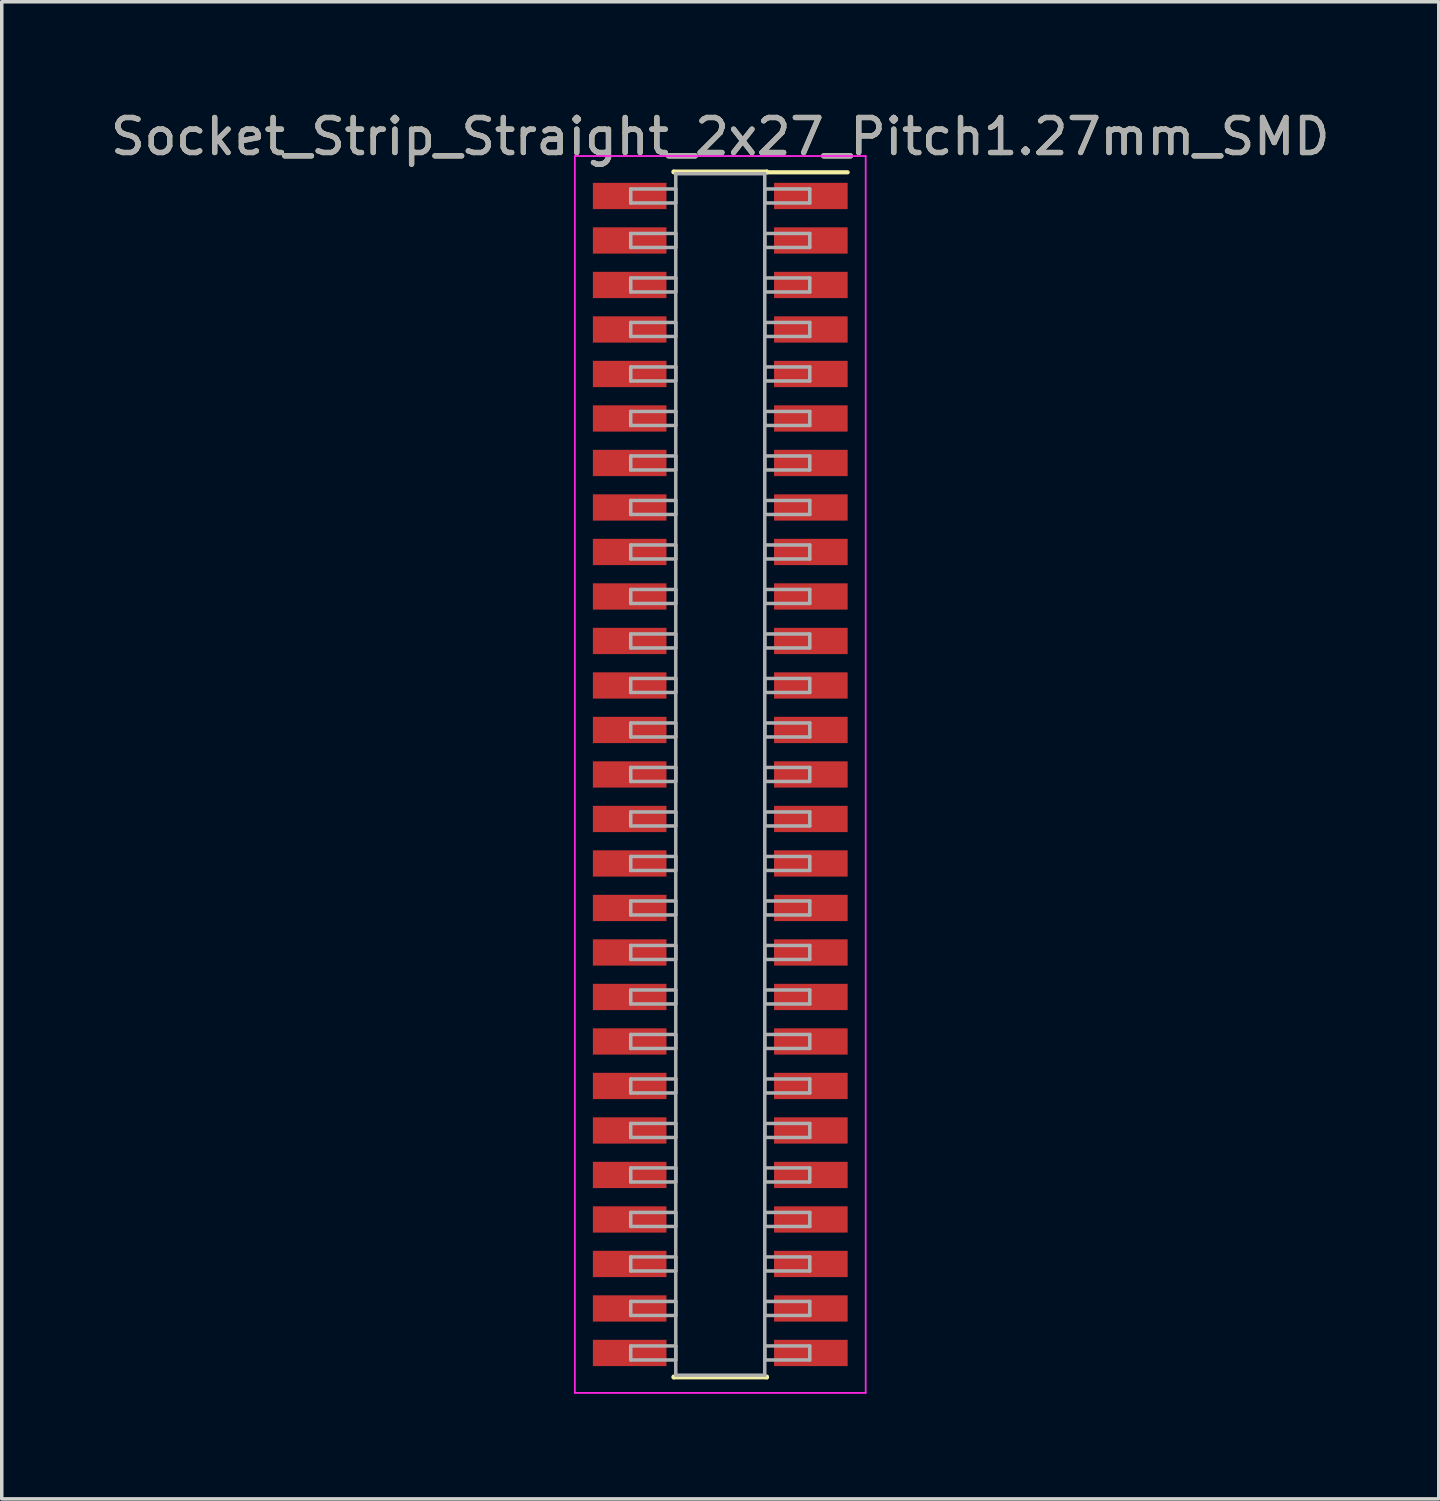
<source format=kicad_pcb>
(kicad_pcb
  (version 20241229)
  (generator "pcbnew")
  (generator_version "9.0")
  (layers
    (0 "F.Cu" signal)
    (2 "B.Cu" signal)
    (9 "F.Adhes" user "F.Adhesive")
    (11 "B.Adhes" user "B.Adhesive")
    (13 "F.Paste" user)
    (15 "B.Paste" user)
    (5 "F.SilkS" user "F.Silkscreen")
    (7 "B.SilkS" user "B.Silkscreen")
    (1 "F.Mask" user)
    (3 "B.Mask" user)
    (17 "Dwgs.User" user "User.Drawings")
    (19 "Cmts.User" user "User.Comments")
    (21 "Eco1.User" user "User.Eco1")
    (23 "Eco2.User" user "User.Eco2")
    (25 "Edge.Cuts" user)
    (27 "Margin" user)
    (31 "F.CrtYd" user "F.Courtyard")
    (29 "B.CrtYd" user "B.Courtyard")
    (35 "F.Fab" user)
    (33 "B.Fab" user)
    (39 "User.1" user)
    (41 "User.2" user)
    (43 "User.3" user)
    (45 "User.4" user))
  (footprint "Socket_Strip_Straight_2x27_Pitch1.27mm_SMD"
    (layer "F.Cu")
    (at 17.506 19.053)
    (property "Reference" "Socket_Strip_Straight_2x27_Pitch1.27mm_SMD" (at 0 -18.205 0) (layer "F.SilkS") (effects (font (size 1 1) (thickness 0.15))))
    (attr smd)
    (fp_line (start -1.33 -17.205) (end 1.33 -17.205) (stroke (width 0.12) (type solid)) (layer "F.SilkS"))
    (fp_line (start -1.33 -17.185) (end -1.33 -17.205) (stroke (width 0.12) (type solid)) (layer "F.SilkS"))
    (fp_line (start -1.33 17.185) (end -1.33 17.205) (stroke (width 0.12) (type solid)) (layer "F.SilkS"))
    (fp_line (start -1.33 17.205) (end 1.33 17.205) (stroke (width 0.12) (type solid)) (layer "F.SilkS"))
    (fp_line (start 1.33 -17.205) (end 1.33 -17.185) (stroke (width 0.12) (type solid)) (layer "F.SilkS"))
    (fp_line (start 1.33 17.205) (end 1.33 17.185) (stroke (width 0.12) (type solid)) (layer "F.SilkS"))
    (fp_line (start 3.635 -17.185) (end 1.33 -17.185) (stroke (width 0.12) (type solid)) (layer "F.SilkS"))
    (fp_line (start -4.15 -17.65) (end -4.15 17.65) (stroke (width 0.05) (type solid)) (layer "F.CrtYd"))
    (fp_line (start -4.15 17.65) (end 4.15 17.65) (stroke (width 0.05) (type solid)) (layer "F.CrtYd"))
    (fp_line (start 4.15 -17.65) (end -4.15 -17.65) (stroke (width 0.05) (type solid)) (layer "F.CrtYd"))
    (fp_line (start 4.15 17.65) (end 4.15 -17.65) (stroke (width 0.05) (type solid)) (layer "F.CrtYd"))
    (fp_line (start -2.555 -16.71) (end -1.27 -16.71) (stroke (width 0.1) (type solid)) (layer "F.Fab"))
    (fp_line (start -2.555 -16.31) (end -2.555 -16.71) (stroke (width 0.1) (type solid)) (layer "F.Fab"))
    (fp_line (start -2.555 -15.44) (end -1.27 -15.44) (stroke (width 0.1) (type solid)) (layer "F.Fab"))
    (fp_line (start -2.555 -15.04) (end -2.555 -15.44) (stroke (width 0.1) (type solid)) (layer "F.Fab"))
    (fp_line (start -2.555 -14.17) (end -1.27 -14.17) (stroke (width 0.1) (type solid)) (layer "F.Fab"))
    (fp_line (start -2.555 -13.77) (end -2.555 -14.17) (stroke (width 0.1) (type solid)) (layer "F.Fab"))
    (fp_line (start -2.555 -12.9) (end -1.27 -12.9) (stroke (width 0.1) (type solid)) (layer "F.Fab"))
    (fp_line (start -2.555 -12.5) (end -2.555 -12.9) (stroke (width 0.1) (type solid)) (layer "F.Fab"))
    (fp_line (start -2.555 -11.63) (end -1.27 -11.63) (stroke (width 0.1) (type solid)) (layer "F.Fab"))
    (fp_line (start -2.555 -11.23) (end -2.555 -11.63) (stroke (width 0.1) (type solid)) (layer "F.Fab"))
    (fp_line (start -2.555 -10.36) (end -1.27 -10.36) (stroke (width 0.1) (type solid)) (layer "F.Fab"))
    (fp_line (start -2.555 -9.96) (end -2.555 -10.36) (stroke (width 0.1) (type solid)) (layer "F.Fab"))
    (fp_line (start -2.555 -9.09) (end -1.27 -9.09) (stroke (width 0.1) (type solid)) (layer "F.Fab"))
    (fp_line (start -2.555 -8.69) (end -2.555 -9.09) (stroke (width 0.1) (type solid)) (layer "F.Fab"))
    (fp_line (start -2.555 -7.82) (end -1.27 -7.82) (stroke (width 0.1) (type solid)) (layer "F.Fab"))
    (fp_line (start -2.555 -7.42) (end -2.555 -7.82) (stroke (width 0.1) (type solid)) (layer "F.Fab"))
    (fp_line (start -2.555 -6.55) (end -1.27 -6.55) (stroke (width 0.1) (type solid)) (layer "F.Fab"))
    (fp_line (start -2.555 -6.15) (end -2.555 -6.55) (stroke (width 0.1) (type solid)) (layer "F.Fab"))
    (fp_line (start -2.555 -5.28) (end -1.27 -5.28) (stroke (width 0.1) (type solid)) (layer "F.Fab"))
    (fp_line (start -2.555 -4.88) (end -2.555 -5.28) (stroke (width 0.1) (type solid)) (layer "F.Fab"))
    (fp_line (start -2.555 -4.01) (end -1.27 -4.01) (stroke (width 0.1) (type solid)) (layer "F.Fab"))
    (fp_line (start -2.555 -3.61) (end -2.555 -4.01) (stroke (width 0.1) (type solid)) (layer "F.Fab"))
    (fp_line (start -2.555 -2.74) (end -1.27 -2.74) (stroke (width 0.1) (type solid)) (layer "F.Fab"))
    (fp_line (start -2.555 -2.34) (end -2.555 -2.74) (stroke (width 0.1) (type solid)) (layer "F.Fab"))
    (fp_line (start -2.555 -1.47) (end -1.27 -1.47) (stroke (width 0.1) (type solid)) (layer "F.Fab"))
    (fp_line (start -2.555 -1.07) (end -2.555 -1.47) (stroke (width 0.1) (type solid)) (layer "F.Fab"))
    (fp_line (start -2.555 -0.2) (end -1.27 -0.2) (stroke (width 0.1) (type solid)) (layer "F.Fab"))
    (fp_line (start -2.555 0.2) (end -2.555 -0.2) (stroke (width 0.1) (type solid)) (layer "F.Fab"))
    (fp_line (start -2.555 1.07) (end -1.27 1.07) (stroke (width 0.1) (type solid)) (layer "F.Fab"))
    (fp_line (start -2.555 1.47) (end -2.555 1.07) (stroke (width 0.1) (type solid)) (layer "F.Fab"))
    (fp_line (start -2.555 2.34) (end -1.27 2.34) (stroke (width 0.1) (type solid)) (layer "F.Fab"))
    (fp_line (start -2.555 2.74) (end -2.555 2.34) (stroke (width 0.1) (type solid)) (layer "F.Fab"))
    (fp_line (start -2.555 3.61) (end -1.27 3.61) (stroke (width 0.1) (type solid)) (layer "F.Fab"))
    (fp_line (start -2.555 4.01) (end -2.555 3.61) (stroke (width 0.1) (type solid)) (layer "F.Fab"))
    (fp_line (start -2.555 4.88) (end -1.27 4.88) (stroke (width 0.1) (type solid)) (layer "F.Fab"))
    (fp_line (start -2.555 5.28) (end -2.555 4.88) (stroke (width 0.1) (type solid)) (layer "F.Fab"))
    (fp_line (start -2.555 6.15) (end -1.27 6.15) (stroke (width 0.1) (type solid)) (layer "F.Fab"))
    (fp_line (start -2.555 6.55) (end -2.555 6.15) (stroke (width 0.1) (type solid)) (layer "F.Fab"))
    (fp_line (start -2.555 7.42) (end -1.27 7.42) (stroke (width 0.1) (type solid)) (layer "F.Fab"))
    (fp_line (start -2.555 7.82) (end -2.555 7.42) (stroke (width 0.1) (type solid)) (layer "F.Fab"))
    (fp_line (start -2.555 8.69) (end -1.27 8.69) (stroke (width 0.1) (type solid)) (layer "F.Fab"))
    (fp_line (start -2.555 9.09) (end -2.555 8.69) (stroke (width 0.1) (type solid)) (layer "F.Fab"))
    (fp_line (start -2.555 9.96) (end -1.27 9.96) (stroke (width 0.1) (type solid)) (layer "F.Fab"))
    (fp_line (start -2.555 10.36) (end -2.555 9.96) (stroke (width 0.1) (type solid)) (layer "F.Fab"))
    (fp_line (start -2.555 11.23) (end -1.27 11.23) (stroke (width 0.1) (type solid)) (layer "F.Fab"))
    (fp_line (start -2.555 11.63) (end -2.555 11.23) (stroke (width 0.1) (type solid)) (layer "F.Fab"))
    (fp_line (start -2.555 12.5) (end -1.27 12.5) (stroke (width 0.1) (type solid)) (layer "F.Fab"))
    (fp_line (start -2.555 12.9) (end -2.555 12.5) (stroke (width 0.1) (type solid)) (layer "F.Fab"))
    (fp_line (start -2.555 13.77) (end -1.27 13.77) (stroke (width 0.1) (type solid)) (layer "F.Fab"))
    (fp_line (start -2.555 14.17) (end -2.555 13.77) (stroke (width 0.1) (type solid)) (layer "F.Fab"))
    (fp_line (start -2.555 15.04) (end -1.27 15.04) (stroke (width 0.1) (type solid)) (layer "F.Fab"))
    (fp_line (start -2.555 15.44) (end -2.555 15.04) (stroke (width 0.1) (type solid)) (layer "F.Fab"))
    (fp_line (start -2.555 16.31) (end -1.27 16.31) (stroke (width 0.1) (type solid)) (layer "F.Fab"))
    (fp_line (start -2.555 16.71) (end -2.555 16.31) (stroke (width 0.1) (type solid)) (layer "F.Fab"))
    (fp_line (start -1.27 -17.145) (end -1.27 17.145) (stroke (width 0.1) (type solid)) (layer "F.Fab"))
    (fp_line (start -1.27 -16.71) (end -1.27 -16.31) (stroke (width 0.1) (type solid)) (layer "F.Fab"))
    (fp_line (start -1.27 -16.31) (end -2.555 -16.31) (stroke (width 0.1) (type solid)) (layer "F.Fab"))
    (fp_line (start -1.27 -15.44) (end -1.27 -15.04) (stroke (width 0.1) (type solid)) (layer "F.Fab"))
    (fp_line (start -1.27 -15.04) (end -2.555 -15.04) (stroke (width 0.1) (type solid)) (layer "F.Fab"))
    (fp_line (start -1.27 -14.17) (end -1.27 -13.77) (stroke (width 0.1) (type solid)) (layer "F.Fab"))
    (fp_line (start -1.27 -13.77) (end -2.555 -13.77) (stroke (width 0.1) (type solid)) (layer "F.Fab"))
    (fp_line (start -1.27 -12.9) (end -1.27 -12.5) (stroke (width 0.1) (type solid)) (layer "F.Fab"))
    (fp_line (start -1.27 -12.5) (end -2.555 -12.5) (stroke (width 0.1) (type solid)) (layer "F.Fab"))
    (fp_line (start -1.27 -11.63) (end -1.27 -11.23) (stroke (width 0.1) (type solid)) (layer "F.Fab"))
    (fp_line (start -1.27 -11.23) (end -2.555 -11.23) (stroke (width 0.1) (type solid)) (layer "F.Fab"))
    (fp_line (start -1.27 -10.36) (end -1.27 -9.96) (stroke (width 0.1) (type solid)) (layer "F.Fab"))
    (fp_line (start -1.27 -9.96) (end -2.555 -9.96) (stroke (width 0.1) (type solid)) (layer "F.Fab"))
    (fp_line (start -1.27 -9.09) (end -1.27 -8.69) (stroke (width 0.1) (type solid)) (layer "F.Fab"))
    (fp_line (start -1.27 -8.69) (end -2.555 -8.69) (stroke (width 0.1) (type solid)) (layer "F.Fab"))
    (fp_line (start -1.27 -7.82) (end -1.27 -7.42) (stroke (width 0.1) (type solid)) (layer "F.Fab"))
    (fp_line (start -1.27 -7.42) (end -2.555 -7.42) (stroke (width 0.1) (type solid)) (layer "F.Fab"))
    (fp_line (start -1.27 -6.55) (end -1.27 -6.15) (stroke (width 0.1) (type solid)) (layer "F.Fab"))
    (fp_line (start -1.27 -6.15) (end -2.555 -6.15) (stroke (width 0.1) (type solid)) (layer "F.Fab"))
    (fp_line (start -1.27 -5.28) (end -1.27 -4.88) (stroke (width 0.1) (type solid)) (layer "F.Fab"))
    (fp_line (start -1.27 -4.88) (end -2.555 -4.88) (stroke (width 0.1) (type solid)) (layer "F.Fab"))
    (fp_line (start -1.27 -4.01) (end -1.27 -3.61) (stroke (width 0.1) (type solid)) (layer "F.Fab"))
    (fp_line (start -1.27 -3.61) (end -2.555 -3.61) (stroke (width 0.1) (type solid)) (layer "F.Fab"))
    (fp_line (start -1.27 -2.74) (end -1.27 -2.34) (stroke (width 0.1) (type solid)) (layer "F.Fab"))
    (fp_line (start -1.27 -2.34) (end -2.555 -2.34) (stroke (width 0.1) (type solid)) (layer "F.Fab"))
    (fp_line (start -1.27 -1.47) (end -1.27 -1.07) (stroke (width 0.1) (type solid)) (layer "F.Fab"))
    (fp_line (start -1.27 -1.07) (end -2.555 -1.07) (stroke (width 0.1) (type solid)) (layer "F.Fab"))
    (fp_line (start -1.27 -0.2) (end -1.27 0.2) (stroke (width 0.1) (type solid)) (layer "F.Fab"))
    (fp_line (start -1.27 0.2) (end -2.555 0.2) (stroke (width 0.1) (type solid)) (layer "F.Fab"))
    (fp_line (start -1.27 1.07) (end -1.27 1.47) (stroke (width 0.1) (type solid)) (layer "F.Fab"))
    (fp_line (start -1.27 1.47) (end -2.555 1.47) (stroke (width 0.1) (type solid)) (layer "F.Fab"))
    (fp_line (start -1.27 2.34) (end -1.27 2.74) (stroke (width 0.1) (type solid)) (layer "F.Fab"))
    (fp_line (start -1.27 2.74) (end -2.555 2.74) (stroke (width 0.1) (type solid)) (layer "F.Fab"))
    (fp_line (start -1.27 3.61) (end -1.27 4.01) (stroke (width 0.1) (type solid)) (layer "F.Fab"))
    (fp_line (start -1.27 4.01) (end -2.555 4.01) (stroke (width 0.1) (type solid)) (layer "F.Fab"))
    (fp_line (start -1.27 4.88) (end -1.27 5.28) (stroke (width 0.1) (type solid)) (layer "F.Fab"))
    (fp_line (start -1.27 5.28) (end -2.555 5.28) (stroke (width 0.1) (type solid)) (layer "F.Fab"))
    (fp_line (start -1.27 6.15) (end -1.27 6.55) (stroke (width 0.1) (type solid)) (layer "F.Fab"))
    (fp_line (start -1.27 6.55) (end -2.555 6.55) (stroke (width 0.1) (type solid)) (layer "F.Fab"))
    (fp_line (start -1.27 7.42) (end -1.27 7.82) (stroke (width 0.1) (type solid)) (layer "F.Fab"))
    (fp_line (start -1.27 7.82) (end -2.555 7.82) (stroke (width 0.1) (type solid)) (layer "F.Fab"))
    (fp_line (start -1.27 8.69) (end -1.27 9.09) (stroke (width 0.1) (type solid)) (layer "F.Fab"))
    (fp_line (start -1.27 9.09) (end -2.555 9.09) (stroke (width 0.1) (type solid)) (layer "F.Fab"))
    (fp_line (start -1.27 9.96) (end -1.27 10.36) (stroke (width 0.1) (type solid)) (layer "F.Fab"))
    (fp_line (start -1.27 10.36) (end -2.555 10.36) (stroke (width 0.1) (type solid)) (layer "F.Fab"))
    (fp_line (start -1.27 11.23) (end -1.27 11.63) (stroke (width 0.1) (type solid)) (layer "F.Fab"))
    (fp_line (start -1.27 11.63) (end -2.555 11.63) (stroke (width 0.1) (type solid)) (layer "F.Fab"))
    (fp_line (start -1.27 12.5) (end -1.27 12.9) (stroke (width 0.1) (type solid)) (layer "F.Fab"))
    (fp_line (start -1.27 12.9) (end -2.555 12.9) (stroke (width 0.1) (type solid)) (layer "F.Fab"))
    (fp_line (start -1.27 13.77) (end -1.27 14.17) (stroke (width 0.1) (type solid)) (layer "F.Fab"))
    (fp_line (start -1.27 14.17) (end -2.555 14.17) (stroke (width 0.1) (type solid)) (layer "F.Fab"))
    (fp_line (start -1.27 15.04) (end -1.27 15.44) (stroke (width 0.1) (type solid)) (layer "F.Fab"))
    (fp_line (start -1.27 15.44) (end -2.555 15.44) (stroke (width 0.1) (type solid)) (layer "F.Fab"))
    (fp_line (start -1.27 16.31) (end -1.27 16.71) (stroke (width 0.1) (type solid)) (layer "F.Fab"))
    (fp_line (start -1.27 16.71) (end -2.555 16.71) (stroke (width 0.1) (type solid)) (layer "F.Fab"))
    (fp_line (start -1.27 17.145) (end 1.27 17.145) (stroke (width 0.1) (type solid)) (layer "F.Fab"))
    (fp_line (start 1.27 -17.145) (end -1.27 -17.145) (stroke (width 0.1) (type solid)) (layer "F.Fab"))
    (fp_line (start 1.27 -16.71) (end 1.27 -16.31) (stroke (width 0.1) (type solid)) (layer "F.Fab"))
    (fp_line (start 1.27 -16.31) (end 2.555 -16.31) (stroke (width 0.1) (type solid)) (layer "F.Fab"))
    (fp_line (start 1.27 -15.44) (end 1.27 -15.04) (stroke (width 0.1) (type solid)) (layer "F.Fab"))
    (fp_line (start 1.27 -15.04) (end 2.555 -15.04) (stroke (width 0.1) (type solid)) (layer "F.Fab"))
    (fp_line (start 1.27 -14.17) (end 1.27 -13.77) (stroke (width 0.1) (type solid)) (layer "F.Fab"))
    (fp_line (start 1.27 -13.77) (end 2.555 -13.77) (stroke (width 0.1) (type solid)) (layer "F.Fab"))
    (fp_line (start 1.27 -12.9) (end 1.27 -12.5) (stroke (width 0.1) (type solid)) (layer "F.Fab"))
    (fp_line (start 1.27 -12.5) (end 2.555 -12.5) (stroke (width 0.1) (type solid)) (layer "F.Fab"))
    (fp_line (start 1.27 -11.63) (end 1.27 -11.23) (stroke (width 0.1) (type solid)) (layer "F.Fab"))
    (fp_line (start 1.27 -11.23) (end 2.555 -11.23) (stroke (width 0.1) (type solid)) (layer "F.Fab"))
    (fp_line (start 1.27 -10.36) (end 1.27 -9.96) (stroke (width 0.1) (type solid)) (layer "F.Fab"))
    (fp_line (start 1.27 -9.96) (end 2.555 -9.96) (stroke (width 0.1) (type solid)) (layer "F.Fab"))
    (fp_line (start 1.27 -9.09) (end 1.27 -8.69) (stroke (width 0.1) (type solid)) (layer "F.Fab"))
    (fp_line (start 1.27 -8.69) (end 2.555 -8.69) (stroke (width 0.1) (type solid)) (layer "F.Fab"))
    (fp_line (start 1.27 -7.82) (end 1.27 -7.42) (stroke (width 0.1) (type solid)) (layer "F.Fab"))
    (fp_line (start 1.27 -7.42) (end 2.555 -7.42) (stroke (width 0.1) (type solid)) (layer "F.Fab"))
    (fp_line (start 1.27 -6.55) (end 1.27 -6.15) (stroke (width 0.1) (type solid)) (layer "F.Fab"))
    (fp_line (start 1.27 -6.15) (end 2.555 -6.15) (stroke (width 0.1) (type solid)) (layer "F.Fab"))
    (fp_line (start 1.27 -5.28) (end 1.27 -4.88) (stroke (width 0.1) (type solid)) (layer "F.Fab"))
    (fp_line (start 1.27 -4.88) (end 2.555 -4.88) (stroke (width 0.1) (type solid)) (layer "F.Fab"))
    (fp_line (start 1.27 -4.01) (end 1.27 -3.61) (stroke (width 0.1) (type solid)) (layer "F.Fab"))
    (fp_line (start 1.27 -3.61) (end 2.555 -3.61) (stroke (width 0.1) (type solid)) (layer "F.Fab"))
    (fp_line (start 1.27 -2.74) (end 1.27 -2.34) (stroke (width 0.1) (type solid)) (layer "F.Fab"))
    (fp_line (start 1.27 -2.34) (end 2.555 -2.34) (stroke (width 0.1) (type solid)) (layer "F.Fab"))
    (fp_line (start 1.27 -1.47) (end 1.27 -1.07) (stroke (width 0.1) (type solid)) (layer "F.Fab"))
    (fp_line (start 1.27 -1.07) (end 2.555 -1.07) (stroke (width 0.1) (type solid)) (layer "F.Fab"))
    (fp_line (start 1.27 -0.2) (end 1.27 0.2) (stroke (width 0.1) (type solid)) (layer "F.Fab"))
    (fp_line (start 1.27 0.2) (end 2.555 0.2) (stroke (width 0.1) (type solid)) (layer "F.Fab"))
    (fp_line (start 1.27 1.07) (end 1.27 1.47) (stroke (width 0.1) (type solid)) (layer "F.Fab"))
    (fp_line (start 1.27 1.47) (end 2.555 1.47) (stroke (width 0.1) (type solid)) (layer "F.Fab"))
    (fp_line (start 1.27 2.34) (end 1.27 2.74) (stroke (width 0.1) (type solid)) (layer "F.Fab"))
    (fp_line (start 1.27 2.74) (end 2.555 2.74) (stroke (width 0.1) (type solid)) (layer "F.Fab"))
    (fp_line (start 1.27 3.61) (end 1.27 4.01) (stroke (width 0.1) (type solid)) (layer "F.Fab"))
    (fp_line (start 1.27 4.01) (end 2.555 4.01) (stroke (width 0.1) (type solid)) (layer "F.Fab"))
    (fp_line (start 1.27 4.88) (end 1.27 5.28) (stroke (width 0.1) (type solid)) (layer "F.Fab"))
    (fp_line (start 1.27 5.28) (end 2.555 5.28) (stroke (width 0.1) (type solid)) (layer "F.Fab"))
    (fp_line (start 1.27 6.15) (end 1.27 6.55) (stroke (width 0.1) (type solid)) (layer "F.Fab"))
    (fp_line (start 1.27 6.55) (end 2.555 6.55) (stroke (width 0.1) (type solid)) (layer "F.Fab"))
    (fp_line (start 1.27 7.42) (end 1.27 7.82) (stroke (width 0.1) (type solid)) (layer "F.Fab"))
    (fp_line (start 1.27 7.82) (end 2.555 7.82) (stroke (width 0.1) (type solid)) (layer "F.Fab"))
    (fp_line (start 1.27 8.69) (end 1.27 9.09) (stroke (width 0.1) (type solid)) (layer "F.Fab"))
    (fp_line (start 1.27 9.09) (end 2.555 9.09) (stroke (width 0.1) (type solid)) (layer "F.Fab"))
    (fp_line (start 1.27 9.96) (end 1.27 10.36) (stroke (width 0.1) (type solid)) (layer "F.Fab"))
    (fp_line (start 1.27 10.36) (end 2.555 10.36) (stroke (width 0.1) (type solid)) (layer "F.Fab"))
    (fp_line (start 1.27 11.23) (end 1.27 11.63) (stroke (width 0.1) (type solid)) (layer "F.Fab"))
    (fp_line (start 1.27 11.63) (end 2.555 11.63) (stroke (width 0.1) (type solid)) (layer "F.Fab"))
    (fp_line (start 1.27 12.5) (end 1.27 12.9) (stroke (width 0.1) (type solid)) (layer "F.Fab"))
    (fp_line (start 1.27 12.9) (end 2.555 12.9) (stroke (width 0.1) (type solid)) (layer "F.Fab"))
    (fp_line (start 1.27 13.77) (end 1.27 14.17) (stroke (width 0.1) (type solid)) (layer "F.Fab"))
    (fp_line (start 1.27 14.17) (end 2.555 14.17) (stroke (width 0.1) (type solid)) (layer "F.Fab"))
    (fp_line (start 1.27 15.04) (end 1.27 15.44) (stroke (width 0.1) (type solid)) (layer "F.Fab"))
    (fp_line (start 1.27 15.44) (end 2.555 15.44) (stroke (width 0.1) (type solid)) (layer "F.Fab"))
    (fp_line (start 1.27 16.31) (end 1.27 16.71) (stroke (width 0.1) (type solid)) (layer "F.Fab"))
    (fp_line (start 1.27 16.71) (end 2.555 16.71) (stroke (width 0.1) (type solid)) (layer "F.Fab"))
    (fp_line (start 1.27 17.145) (end 1.27 -17.145) (stroke (width 0.1) (type solid)) (layer "F.Fab"))
    (fp_line (start 2.555 -16.71) (end 1.27 -16.71) (stroke (width 0.1) (type solid)) (layer "F.Fab"))
    (fp_line (start 2.555 -16.31) (end 2.555 -16.71) (stroke (width 0.1) (type solid)) (layer "F.Fab"))
    (fp_line (start 2.555 -15.44) (end 1.27 -15.44) (stroke (width 0.1) (type solid)) (layer "F.Fab"))
    (fp_line (start 2.555 -15.04) (end 2.555 -15.44) (stroke (width 0.1) (type solid)) (layer "F.Fab"))
    (fp_line (start 2.555 -14.17) (end 1.27 -14.17) (stroke (width 0.1) (type solid)) (layer "F.Fab"))
    (fp_line (start 2.555 -13.77) (end 2.555 -14.17) (stroke (width 0.1) (type solid)) (layer "F.Fab"))
    (fp_line (start 2.555 -12.9) (end 1.27 -12.9) (stroke (width 0.1) (type solid)) (layer "F.Fab"))
    (fp_line (start 2.555 -12.5) (end 2.555 -12.9) (stroke (width 0.1) (type solid)) (layer "F.Fab"))
    (fp_line (start 2.555 -11.63) (end 1.27 -11.63) (stroke (width 0.1) (type solid)) (layer "F.Fab"))
    (fp_line (start 2.555 -11.23) (end 2.555 -11.63) (stroke (width 0.1) (type solid)) (layer "F.Fab"))
    (fp_line (start 2.555 -10.36) (end 1.27 -10.36) (stroke (width 0.1) (type solid)) (layer "F.Fab"))
    (fp_line (start 2.555 -9.96) (end 2.555 -10.36) (stroke (width 0.1) (type solid)) (layer "F.Fab"))
    (fp_line (start 2.555 -9.09) (end 1.27 -9.09) (stroke (width 0.1) (type solid)) (layer "F.Fab"))
    (fp_line (start 2.555 -8.69) (end 2.555 -9.09) (stroke (width 0.1) (type solid)) (layer "F.Fab"))
    (fp_line (start 2.555 -7.82) (end 1.27 -7.82) (stroke (width 0.1) (type solid)) (layer "F.Fab"))
    (fp_line (start 2.555 -7.42) (end 2.555 -7.82) (stroke (width 0.1) (type solid)) (layer "F.Fab"))
    (fp_line (start 2.555 -6.55) (end 1.27 -6.55) (stroke (width 0.1) (type solid)) (layer "F.Fab"))
    (fp_line (start 2.555 -6.15) (end 2.555 -6.55) (stroke (width 0.1) (type solid)) (layer "F.Fab"))
    (fp_line (start 2.555 -5.28) (end 1.27 -5.28) (stroke (width 0.1) (type solid)) (layer "F.Fab"))
    (fp_line (start 2.555 -4.88) (end 2.555 -5.28) (stroke (width 0.1) (type solid)) (layer "F.Fab"))
    (fp_line (start 2.555 -4.01) (end 1.27 -4.01) (stroke (width 0.1) (type solid)) (layer "F.Fab"))
    (fp_line (start 2.555 -3.61) (end 2.555 -4.01) (stroke (width 0.1) (type solid)) (layer "F.Fab"))
    (fp_line (start 2.555 -2.74) (end 1.27 -2.74) (stroke (width 0.1) (type solid)) (layer "F.Fab"))
    (fp_line (start 2.555 -2.34) (end 2.555 -2.74) (stroke (width 0.1) (type solid)) (layer "F.Fab"))
    (fp_line (start 2.555 -1.47) (end 1.27 -1.47) (stroke (width 0.1) (type solid)) (layer "F.Fab"))
    (fp_line (start 2.555 -1.07) (end 2.555 -1.47) (stroke (width 0.1) (type solid)) (layer "F.Fab"))
    (fp_line (start 2.555 -0.2) (end 1.27 -0.2) (stroke (width 0.1) (type solid)) (layer "F.Fab"))
    (fp_line (start 2.555 0.2) (end 2.555 -0.2) (stroke (width 0.1) (type solid)) (layer "F.Fab"))
    (fp_line (start 2.555 1.07) (end 1.27 1.07) (stroke (width 0.1) (type solid)) (layer "F.Fab"))
    (fp_line (start 2.555 1.47) (end 2.555 1.07) (stroke (width 0.1) (type solid)) (layer "F.Fab"))
    (fp_line (start 2.555 2.34) (end 1.27 2.34) (stroke (width 0.1) (type solid)) (layer "F.Fab"))
    (fp_line (start 2.555 2.74) (end 2.555 2.34) (stroke (width 0.1) (type solid)) (layer "F.Fab"))
    (fp_line (start 2.555 3.61) (end 1.27 3.61) (stroke (width 0.1) (type solid)) (layer "F.Fab"))
    (fp_line (start 2.555 4.01) (end 2.555 3.61) (stroke (width 0.1) (type solid)) (layer "F.Fab"))
    (fp_line (start 2.555 4.88) (end 1.27 4.88) (stroke (width 0.1) (type solid)) (layer "F.Fab"))
    (fp_line (start 2.555 5.28) (end 2.555 4.88) (stroke (width 0.1) (type solid)) (layer "F.Fab"))
    (fp_line (start 2.555 6.15) (end 1.27 6.15) (stroke (width 0.1) (type solid)) (layer "F.Fab"))
    (fp_line (start 2.555 6.55) (end 2.555 6.15) (stroke (width 0.1) (type solid)) (layer "F.Fab"))
    (fp_line (start 2.555 7.42) (end 1.27 7.42) (stroke (width 0.1) (type solid)) (layer "F.Fab"))
    (fp_line (start 2.555 7.82) (end 2.555 7.42) (stroke (width 0.1) (type solid)) (layer "F.Fab"))
    (fp_line (start 2.555 8.69) (end 1.27 8.69) (stroke (width 0.1) (type solid)) (layer "F.Fab"))
    (fp_line (start 2.555 9.09) (end 2.555 8.69) (stroke (width 0.1) (type solid)) (layer "F.Fab"))
    (fp_line (start 2.555 9.96) (end 1.27 9.96) (stroke (width 0.1) (type solid)) (layer "F.Fab"))
    (fp_line (start 2.555 10.36) (end 2.555 9.96) (stroke (width 0.1) (type solid)) (layer "F.Fab"))
    (fp_line (start 2.555 11.23) (end 1.27 11.23) (stroke (width 0.1) (type solid)) (layer "F.Fab"))
    (fp_line (start 2.555 11.63) (end 2.555 11.23) (stroke (width 0.1) (type solid)) (layer "F.Fab"))
    (fp_line (start 2.555 12.5) (end 1.27 12.5) (stroke (width 0.1) (type solid)) (layer "F.Fab"))
    (fp_line (start 2.555 12.9) (end 2.555 12.5) (stroke (width 0.1) (type solid)) (layer "F.Fab"))
    (fp_line (start 2.555 13.77) (end 1.27 13.77) (stroke (width 0.1) (type solid)) (layer "F.Fab"))
    (fp_line (start 2.555 14.17) (end 2.555 13.77) (stroke (width 0.1) (type solid)) (layer "F.Fab"))
    (fp_line (start 2.555 15.04) (end 1.27 15.04) (stroke (width 0.1) (type solid)) (layer "F.Fab"))
    (fp_line (start 2.555 15.44) (end 2.555 15.04) (stroke (width 0.1) (type solid)) (layer "F.Fab"))
    (fp_line (start 2.555 16.31) (end 1.27 16.31) (stroke (width 0.1) (type solid)) (layer "F.Fab"))
    (fp_line (start 2.555 16.71) (end 2.555 16.31) (stroke (width 0.1) (type solid)) (layer "F.Fab"))
    (fp_text user "${REFERENCE}" (at 0 -18.205 0) (layer "F.Fab") (effects (font (size 1 1) (thickness 0.15))))
    (pad "1" smd rect (at 2.585 -16.51) (size 2.1 0.75) (layers "F.Cu" "F.Mask" "F.Paste"))
    (pad "2" smd rect (at -2.585 -16.51) (size 2.1 0.75) (layers "F.Cu" "F.Mask" "F.Paste"))
    (pad "3" smd rect (at 2.585 -15.24) (size 2.1 0.75) (layers "F.Cu" "F.Mask" "F.Paste"))
    (pad "4" smd rect (at -2.585 -15.24) (size 2.1 0.75) (layers "F.Cu" "F.Mask" "F.Paste"))
    (pad "5" smd rect (at 2.585 -13.97) (size 2.1 0.75) (layers "F.Cu" "F.Mask" "F.Paste"))
    (pad "6" smd rect (at -2.585 -13.97) (size 2.1 0.75) (layers "F.Cu" "F.Mask" "F.Paste"))
    (pad "7" smd rect (at 2.585 -12.7) (size 2.1 0.75) (layers "F.Cu" "F.Mask" "F.Paste"))
    (pad "8" smd rect (at -2.585 -12.7) (size 2.1 0.75) (layers "F.Cu" "F.Mask" "F.Paste"))
    (pad "9" smd rect (at 2.585 -11.43) (size 2.1 0.75) (layers "F.Cu" "F.Mask" "F.Paste"))
    (pad "10" smd rect (at -2.585 -11.43) (size 2.1 0.75) (layers "F.Cu" "F.Mask" "F.Paste"))
    (pad "11" smd rect (at 2.585 -10.16) (size 2.1 0.75) (layers "F.Cu" "F.Mask" "F.Paste"))
    (pad "12" smd rect (at -2.585 -10.16) (size 2.1 0.75) (layers "F.Cu" "F.Mask" "F.Paste"))
    (pad "13" smd rect (at 2.585 -8.89) (size 2.1 0.75) (layers "F.Cu" "F.Mask" "F.Paste"))
    (pad "14" smd rect (at -2.585 -8.89) (size 2.1 0.75) (layers "F.Cu" "F.Mask" "F.Paste"))
    (pad "15" smd rect (at 2.585 -7.62) (size 2.1 0.75) (layers "F.Cu" "F.Mask" "F.Paste"))
    (pad "16" smd rect (at -2.585 -7.62) (size 2.1 0.75) (layers "F.Cu" "F.Mask" "F.Paste"))
    (pad "17" smd rect (at 2.585 -6.35) (size 2.1 0.75) (layers "F.Cu" "F.Mask" "F.Paste"))
    (pad "18" smd rect (at -2.585 -6.35) (size 2.1 0.75) (layers "F.Cu" "F.Mask" "F.Paste"))
    (pad "19" smd rect (at 2.585 -5.08) (size 2.1 0.75) (layers "F.Cu" "F.Mask" "F.Paste"))
    (pad "20" smd rect (at -2.585 -5.08) (size 2.1 0.75) (layers "F.Cu" "F.Mask" "F.Paste"))
    (pad "21" smd rect (at 2.585 -3.81) (size 2.1 0.75) (layers "F.Cu" "F.Mask" "F.Paste"))
    (pad "22" smd rect (at -2.585 -3.81) (size 2.1 0.75) (layers "F.Cu" "F.Mask" "F.Paste"))
    (pad "23" smd rect (at 2.585 -2.54) (size 2.1 0.75) (layers "F.Cu" "F.Mask" "F.Paste"))
    (pad "24" smd rect (at -2.585 -2.54) (size 2.1 0.75) (layers "F.Cu" "F.Mask" "F.Paste"))
    (pad "25" smd rect (at 2.585 -1.27) (size 2.1 0.75) (layers "F.Cu" "F.Mask" "F.Paste"))
    (pad "26" smd rect (at -2.585 -1.27) (size 2.1 0.75) (layers "F.Cu" "F.Mask" "F.Paste"))
    (pad "27" smd rect (at 2.585 0) (size 2.1 0.75) (layers "F.Cu" "F.Mask" "F.Paste"))
    (pad "28" smd rect (at -2.585 0) (size 2.1 0.75) (layers "F.Cu" "F.Mask" "F.Paste"))
    (pad "29" smd rect (at 2.585 1.27) (size 2.1 0.75) (layers "F.Cu" "F.Mask" "F.Paste"))
    (pad "30" smd rect (at -2.585 1.27) (size 2.1 0.75) (layers "F.Cu" "F.Mask" "F.Paste"))
    (pad "31" smd rect (at 2.585 2.54) (size 2.1 0.75) (layers "F.Cu" "F.Mask" "F.Paste"))
    (pad "32" smd rect (at -2.585 2.54) (size 2.1 0.75) (layers "F.Cu" "F.Mask" "F.Paste"))
    (pad "33" smd rect (at 2.585 3.81) (size 2.1 0.75) (layers "F.Cu" "F.Mask" "F.Paste"))
    (pad "34" smd rect (at -2.585 3.81) (size 2.1 0.75) (layers "F.Cu" "F.Mask" "F.Paste"))
    (pad "35" smd rect (at 2.585 5.08) (size 2.1 0.75) (layers "F.Cu" "F.Mask" "F.Paste"))
    (pad "36" smd rect (at -2.585 5.08) (size 2.1 0.75) (layers "F.Cu" "F.Mask" "F.Paste"))
    (pad "37" smd rect (at 2.585 6.35) (size 2.1 0.75) (layers "F.Cu" "F.Mask" "F.Paste"))
    (pad "38" smd rect (at -2.585 6.35) (size 2.1 0.75) (layers "F.Cu" "F.Mask" "F.Paste"))
    (pad "39" smd rect (at 2.585 7.62) (size 2.1 0.75) (layers "F.Cu" "F.Mask" "F.Paste"))
    (pad "40" smd rect (at -2.585 7.62) (size 2.1 0.75) (layers "F.Cu" "F.Mask" "F.Paste"))
    (pad "41" smd rect (at 2.585 8.89) (size 2.1 0.75) (layers "F.Cu" "F.Mask" "F.Paste"))
    (pad "42" smd rect (at -2.585 8.89) (size 2.1 0.75) (layers "F.Cu" "F.Mask" "F.Paste"))
    (pad "43" smd rect (at 2.585 10.16) (size 2.1 0.75) (layers "F.Cu" "F.Mask" "F.Paste"))
    (pad "44" smd rect (at -2.585 10.16) (size 2.1 0.75) (layers "F.Cu" "F.Mask" "F.Paste"))
    (pad "45" smd rect (at 2.585 11.43) (size 2.1 0.75) (layers "F.Cu" "F.Mask" "F.Paste"))
    (pad "46" smd rect (at -2.585 11.43) (size 2.1 0.75) (layers "F.Cu" "F.Mask" "F.Paste"))
    (pad "47" smd rect (at 2.585 12.7) (size 2.1 0.75) (layers "F.Cu" "F.Mask" "F.Paste"))
    (pad "48" smd rect (at -2.585 12.7) (size 2.1 0.75) (layers "F.Cu" "F.Mask" "F.Paste"))
    (pad "49" smd rect (at 2.585 13.97) (size 2.1 0.75) (layers "F.Cu" "F.Mask" "F.Paste"))
    (pad "50" smd rect (at -2.585 13.97) (size 2.1 0.75) (layers "F.Cu" "F.Mask" "F.Paste"))
    (pad "51" smd rect (at 2.585 15.24) (size 2.1 0.75) (layers "F.Cu" "F.Mask" "F.Paste"))
    (pad "52" smd rect (at -2.585 15.24) (size 2.1 0.75) (layers "F.Cu" "F.Mask" "F.Paste"))
    (pad "53" smd rect (at 2.585 16.51) (size 2.1 0.75) (layers "F.Cu" "F.Mask" "F.Paste"))
    (pad "54" smd rect (at -2.585 16.51) (size 2.1 0.75) (layers "F.Cu" "F.Mask" "F.Paste")))
  (gr_rect
    (start -3 -3)
    (end 38.012 39.728)
    (stroke (width 0.1) (type default))
    (fill no)
    (layer "Edge.Cuts")))
</source>
